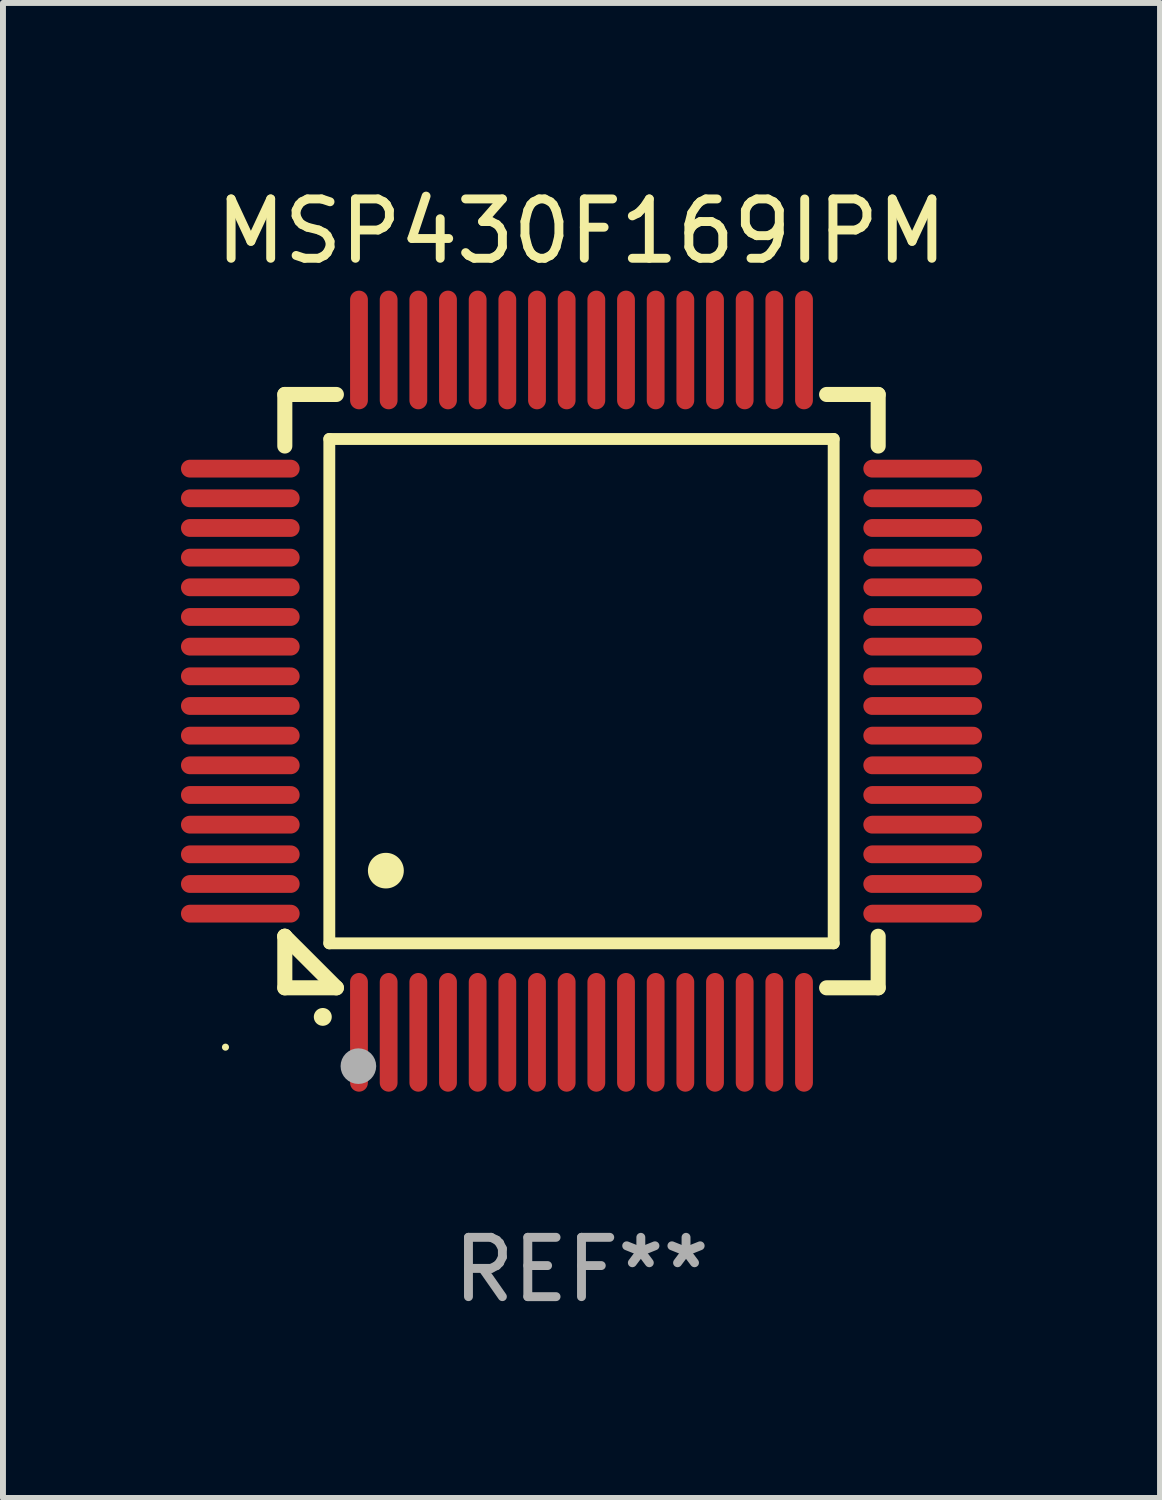
<source format=kicad_pcb>
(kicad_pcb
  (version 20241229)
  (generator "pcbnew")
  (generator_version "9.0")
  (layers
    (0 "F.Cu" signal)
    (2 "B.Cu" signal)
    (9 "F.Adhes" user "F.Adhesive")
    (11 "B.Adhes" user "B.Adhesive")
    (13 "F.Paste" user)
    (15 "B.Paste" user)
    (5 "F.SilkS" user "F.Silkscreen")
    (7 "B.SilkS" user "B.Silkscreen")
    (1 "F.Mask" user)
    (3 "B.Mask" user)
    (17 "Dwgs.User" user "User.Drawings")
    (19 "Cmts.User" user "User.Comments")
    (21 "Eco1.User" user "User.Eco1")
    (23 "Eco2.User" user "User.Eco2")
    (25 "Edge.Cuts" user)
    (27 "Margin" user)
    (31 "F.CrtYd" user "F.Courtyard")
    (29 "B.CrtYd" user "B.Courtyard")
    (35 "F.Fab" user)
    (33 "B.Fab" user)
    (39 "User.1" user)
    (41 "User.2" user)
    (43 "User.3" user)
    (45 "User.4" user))
  (footprint "MSP430F169IPM"
    (layer "F.Cu")
    (at 6.75 8.598)
    (property "Reference" "MSP430F169IPM" (at 0 -7.75 0) (layer "F.SilkS") (effects (font (size 1 1) (thickness 0.15))))
    (attr through_hole)
    (fp_line (start -5 -5) (end -4.131 -5) (stroke (width 0.254) (type solid)) (layer "F.SilkS"))
    (fp_line (start -5 -4.131) (end -5 -5) (stroke (width 0.254) (type solid)) (layer "F.SilkS"))
    (fp_line (start -5 4.131) (end -5 4.131) (stroke (width 0.254) (type solid)) (layer "F.SilkS"))
    (fp_line (start -5 5) (end -5 4.131) (stroke (width 0.254) (type solid)) (layer "F.SilkS"))
    (fp_line (start -5 4.131) (end -4.131 5) (stroke (width 0.254) (type solid)) (layer "F.SilkS"))
    (fp_line (start -4.25 -4.25) (end -4.25 4.25) (stroke (width 0.2) (type solid)) (layer "F.SilkS"))
    (fp_line (start -4.25 4.25) (end 4.25 4.25) (stroke (width 0.2) (type solid)) (layer "F.SilkS"))
    (fp_line (start -4.131 5) (end -5 5) (stroke (width 0.254) (type solid)) (layer "F.SilkS"))
    (fp_line (start 4.25 -4.25) (end -4.25 -4.25) (stroke (width 0.2) (type solid)) (layer "F.SilkS"))
    (fp_line (start 4.25 4.25) (end 4.25 -4.25) (stroke (width 0.2) (type solid)) (layer "F.SilkS"))
    (fp_line (start 5 -5) (end 4.131 -5) (stroke (width 0.254) (type solid)) (layer "F.SilkS"))
    (fp_line (start 5 -5) (end 5 -4.131) (stroke (width 0.254) (type solid)) (layer "F.SilkS"))
    (fp_line (start 5 4.131) (end 5 5) (stroke (width 0.254) (type solid)) (layer "F.SilkS"))
    (fp_line (start 5 5) (end 4.131 5) (stroke (width 0.254) (type solid)) (layer "F.SilkS"))
    (fp_arc (start -4.361265 5.489992) (mid -4.359995 5.489987) (end -4.358725 5.489992) (stroke (width 0.3) (type solid)) (layer "F.SilkS"))
    (fp_arc (start -3.299467 3.025146) (mid -3.296927 3.025135) (end -3.294387 3.025146) (stroke (width 0.6) (type solid)) (layer "F.SilkS"))
    (fp_circle (center -6 6) (end -5.97 6) (stroke (width 0.06) (type solid)) (fill no) (layer "F.SilkS"))
    (fp_circle (center -3.76 6.32) (end -3.61 6.32) (stroke (width 0.3) (type solid)) (fill no) (layer "F.Fab"))
    (fp_text user "REF**" (at 0 9.75 0) (layer "F.Fab") (effects (font (size 1 1) (thickness 0.15))))
    (pad "1" smd oval (at -3.75 5.75) (size 0.3 2) (layers "F.Cu" "F.Mask" "F.Paste"))
    (pad "2" smd oval (at -3.25 5.75) (size 0.3 2) (layers "F.Cu" "F.Mask" "F.Paste"))
    (pad "3" smd oval (at -2.75 5.75) (size 0.3 2) (layers "F.Cu" "F.Mask" "F.Paste"))
    (pad "4" smd oval (at -2.25 5.75) (size 0.3 2) (layers "F.Cu" "F.Mask" "F.Paste"))
    (pad "5" smd oval (at -1.75 5.75) (size 0.3 2) (layers "F.Cu" "F.Mask" "F.Paste"))
    (pad "6" smd oval (at -1.25 5.75) (size 0.3 2) (layers "F.Cu" "F.Mask" "F.Paste"))
    (pad "7" smd oval (at -0.75 5.75) (size 0.3 2) (layers "F.Cu" "F.Mask" "F.Paste"))
    (pad "8" smd oval (at -0.25 5.75) (size 0.3 2) (layers "F.Cu" "F.Mask" "F.Paste"))
    (pad "9" smd oval (at 0.25 5.75) (size 0.3 2) (layers "F.Cu" "F.Mask" "F.Paste"))
    (pad "10" smd oval (at 0.75 5.75) (size 0.3 2) (layers "F.Cu" "F.Mask" "F.Paste"))
    (pad "11" smd oval (at 1.25 5.75) (size 0.3 2) (layers "F.Cu" "F.Mask" "F.Paste"))
    (pad "12" smd oval (at 1.75 5.75) (size 0.3 2) (layers "F.Cu" "F.Mask" "F.Paste"))
    (pad "13" smd oval (at 2.25 5.75) (size 0.3 2) (layers "F.Cu" "F.Mask" "F.Paste"))
    (pad "14" smd oval (at 2.75 5.75) (size 0.3 2) (layers "F.Cu" "F.Mask" "F.Paste"))
    (pad "15" smd oval (at 3.25 5.75) (size 0.3 2) (layers "F.Cu" "F.Mask" "F.Paste"))
    (pad "16" smd oval (at 3.75 5.75) (size 0.3 2) (layers "F.Cu" "F.Mask" "F.Paste"))
    (pad "17" smd oval (at 5.75 3.75) (size 2 0.3) (layers "F.Cu" "F.Mask" "F.Paste"))
    (pad "18" smd oval (at 5.75 3.25) (size 2 0.3) (layers "F.Cu" "F.Mask" "F.Paste"))
    (pad "19" smd oval (at 5.75 2.75) (size 2 0.3) (layers "F.Cu" "F.Mask" "F.Paste"))
    (pad "20" smd oval (at 5.75 2.25) (size 2 0.3) (layers "F.Cu" "F.Mask" "F.Paste"))
    (pad "21" smd oval (at 5.75 1.75) (size 2 0.3) (layers "F.Cu" "F.Mask" "F.Paste"))
    (pad "22" smd oval (at 5.75 1.25) (size 2 0.3) (layers "F.Cu" "F.Mask" "F.Paste"))
    (pad "23" smd oval (at 5.75 0.75) (size 2 0.3) (layers "F.Cu" "F.Mask" "F.Paste"))
    (pad "24" smd oval (at 5.75 0.25) (size 2 0.3) (layers "F.Cu" "F.Mask" "F.Paste"))
    (pad "25" smd oval (at 5.75 -0.25) (size 2 0.3) (layers "F.Cu" "F.Mask" "F.Paste"))
    (pad "26" smd oval (at 5.75 -0.75) (size 2 0.3) (layers "F.Cu" "F.Mask" "F.Paste"))
    (pad "27" smd oval (at 5.75 -1.25) (size 2 0.3) (layers "F.Cu" "F.Mask" "F.Paste"))
    (pad "28" smd oval (at 5.75 -1.75) (size 2 0.3) (layers "F.Cu" "F.Mask" "F.Paste"))
    (pad "29" smd oval (at 5.75 -2.25) (size 2 0.3) (layers "F.Cu" "F.Mask" "F.Paste"))
    (pad "30" smd oval (at 5.75 -2.75) (size 2 0.3) (layers "F.Cu" "F.Mask" "F.Paste"))
    (pad "31" smd oval (at 5.75 -3.25) (size 2 0.3) (layers "F.Cu" "F.Mask" "F.Paste"))
    (pad "32" smd oval (at 5.75 -3.75) (size 2 0.3) (layers "F.Cu" "F.Mask" "F.Paste"))
    (pad "33" smd oval (at 3.75 -5.75) (size 0.3 2) (layers "F.Cu" "F.Mask" "F.Paste"))
    (pad "34" smd oval (at 3.25 -5.75) (size 0.3 2) (layers "F.Cu" "F.Mask" "F.Paste"))
    (pad "35" smd oval (at 2.75 -5.75) (size 0.3 2) (layers "F.Cu" "F.Mask" "F.Paste"))
    (pad "36" smd oval (at 2.25 -5.75) (size 0.3 2) (layers "F.Cu" "F.Mask" "F.Paste"))
    (pad "37" smd oval (at 1.75 -5.75) (size 0.3 2) (layers "F.Cu" "F.Mask" "F.Paste"))
    (pad "38" smd oval (at 1.25 -5.75) (size 0.3 2) (layers "F.Cu" "F.Mask" "F.Paste"))
    (pad "39" smd oval (at 0.75 -5.75) (size 0.3 2) (layers "F.Cu" "F.Mask" "F.Paste"))
    (pad "40" smd oval (at 0.25 -5.75) (size 0.3 2) (layers "F.Cu" "F.Mask" "F.Paste"))
    (pad "41" smd oval (at -0.25 -5.75) (size 0.3 2) (layers "F.Cu" "F.Mask" "F.Paste"))
    (pad "42" smd oval (at -0.75 -5.75) (size 0.3 2) (layers "F.Cu" "F.Mask" "F.Paste"))
    (pad "43" smd oval (at -1.25 -5.75) (size 0.3 2) (layers "F.Cu" "F.Mask" "F.Paste"))
    (pad "44" smd oval (at -1.75 -5.75) (size 0.3 2) (layers "F.Cu" "F.Mask" "F.Paste"))
    (pad "45" smd oval (at -2.25 -5.75) (size 0.3 2) (layers "F.Cu" "F.Mask" "F.Paste"))
    (pad "46" smd oval (at -2.75 -5.75) (size 0.3 2) (layers "F.Cu" "F.Mask" "F.Paste"))
    (pad "47" smd oval (at -3.25 -5.75) (size 0.3 2) (layers "F.Cu" "F.Mask" "F.Paste"))
    (pad "48" smd oval (at -3.75 -5.75) (size 0.3 2) (layers "F.Cu" "F.Mask" "F.Paste"))
    (pad "49" smd oval (at -5.75 -3.75) (size 2 0.3) (layers "F.Cu" "F.Mask" "F.Paste"))
    (pad "50" smd oval (at -5.75 -3.25) (size 2 0.3) (layers "F.Cu" "F.Mask" "F.Paste"))
    (pad "51" smd oval (at -5.75 -2.75) (size 2 0.3) (layers "F.Cu" "F.Mask" "F.Paste"))
    (pad "52" smd oval (at -5.75 -2.25) (size 2 0.3) (layers "F.Cu" "F.Mask" "F.Paste"))
    (pad "53" smd oval (at -5.75 -1.75) (size 2 0.3) (layers "F.Cu" "F.Mask" "F.Paste"))
    (pad "54" smd oval (at -5.75 -1.25) (size 2 0.3) (layers "F.Cu" "F.Mask" "F.Paste"))
    (pad "55" smd oval (at -5.75 -0.75) (size 2 0.3) (layers "F.Cu" "F.Mask" "F.Paste"))
    (pad "56" smd oval (at -5.75 -0.25) (size 2 0.3) (layers "F.Cu" "F.Mask" "F.Paste"))
    (pad "57" smd oval (at -5.75 0.25) (size 2 0.3) (layers "F.Cu" "F.Mask" "F.Paste"))
    (pad "58" smd oval (at -5.75 0.75) (size 2 0.3) (layers "F.Cu" "F.Mask" "F.Paste"))
    (pad "59" smd oval (at -5.75 1.25) (size 2 0.3) (layers "F.Cu" "F.Mask" "F.Paste"))
    (pad "60" smd oval (at -5.75 1.75) (size 2 0.3) (layers "F.Cu" "F.Mask" "F.Paste"))
    (pad "61" smd oval (at -5.75 2.25) (size 2 0.3) (layers "F.Cu" "F.Mask" "F.Paste"))
    (pad "62" smd oval (at -5.75 2.75) (size 2 0.3) (layers "F.Cu" "F.Mask" "F.Paste"))
    (pad "63" smd oval (at -5.75 3.25) (size 2 0.3) (layers "F.Cu" "F.Mask" "F.Paste"))
    (pad "64" smd oval (at -5.75 3.75) (size 2 0.3) (layers "F.Cu" "F.Mask" "F.Paste")))
  (gr_rect
    (start -3 -3)
    (end 16.5 22.196)
    (stroke (width 0.1) (type default))
    (fill no)
    (layer "Edge.Cuts")))
</source>
